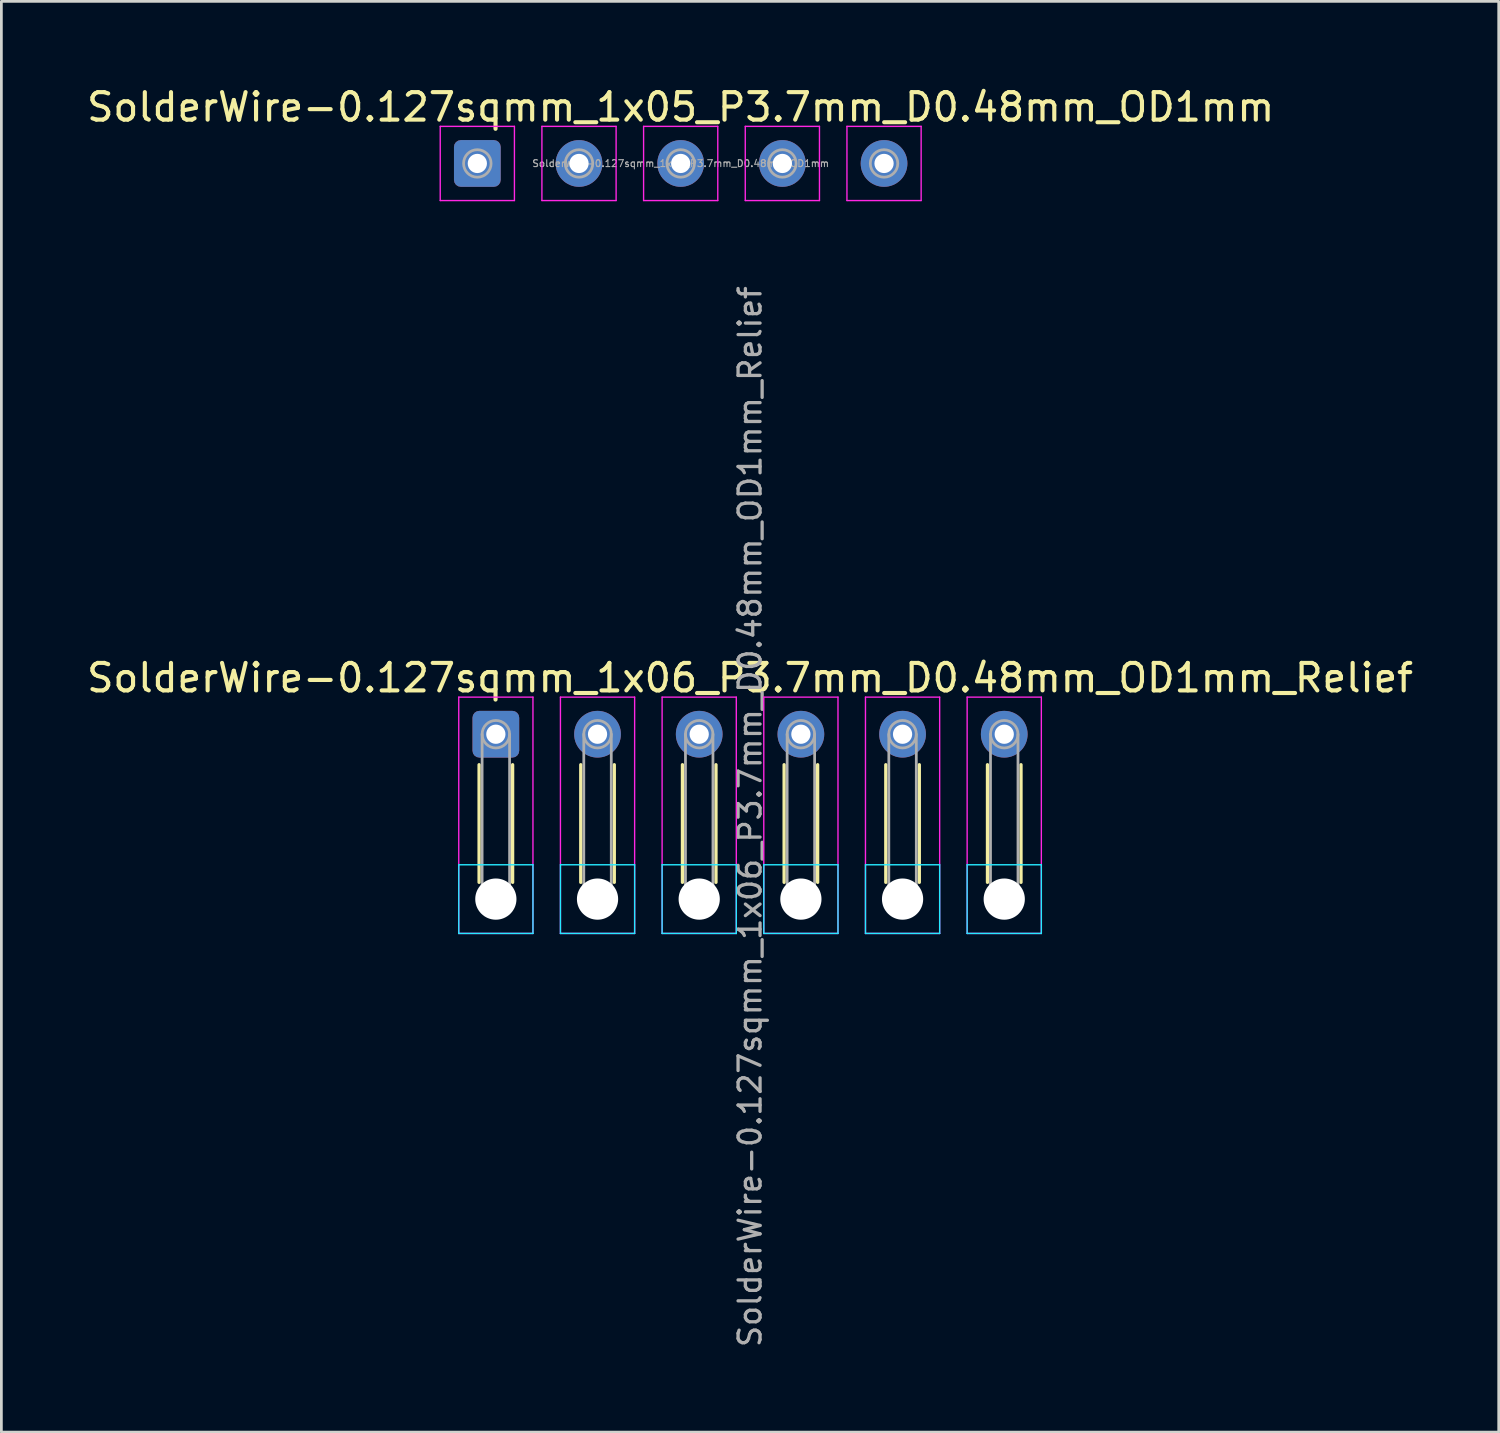
<source format=kicad_pcb>
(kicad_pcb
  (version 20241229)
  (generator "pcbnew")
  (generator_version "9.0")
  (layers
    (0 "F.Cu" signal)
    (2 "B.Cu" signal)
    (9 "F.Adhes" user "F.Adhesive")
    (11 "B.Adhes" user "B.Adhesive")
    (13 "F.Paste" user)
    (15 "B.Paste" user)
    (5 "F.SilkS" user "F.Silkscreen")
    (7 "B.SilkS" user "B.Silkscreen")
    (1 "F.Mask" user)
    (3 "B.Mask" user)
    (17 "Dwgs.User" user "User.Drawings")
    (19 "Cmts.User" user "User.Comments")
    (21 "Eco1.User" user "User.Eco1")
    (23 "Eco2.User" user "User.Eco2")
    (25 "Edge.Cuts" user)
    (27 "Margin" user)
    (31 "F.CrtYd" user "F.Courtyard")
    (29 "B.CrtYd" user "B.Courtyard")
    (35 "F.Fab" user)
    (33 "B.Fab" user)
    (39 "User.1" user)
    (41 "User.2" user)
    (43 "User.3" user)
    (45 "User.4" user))
  (footprint "SolderWire-0.127sqmm_1x06_P3.7mm_D0.48mm_OD1mm_Relief"
    (layer "F.Cu")
    (at 14.994 23.668)
    (property "Reference" "SolderWire-0.127sqmm_1x06_P3.7mm_D0.48mm_OD1mm_Relief" (at 9.25 -2.05 0) (layer "F.SilkS") (effects (font (size 1 1) (thickness 0.15))))
    (attr exclude_from_pos_files exclude_from_bom)
    (fp_line (start -0.61 1.11) (end -0.61 5.39) (stroke (width 0.12) (type solid)) (layer "F.SilkS"))
    (fp_line (start 0.61 1.11) (end 0.61 5.39) (stroke (width 0.12) (type solid)) (layer "F.SilkS"))
    (fp_line (start 3.09 1.11) (end 3.09 5.39) (stroke (width 0.12) (type solid)) (layer "F.SilkS"))
    (fp_line (start 4.31 1.11) (end 4.31 5.39) (stroke (width 0.12) (type solid)) (layer "F.SilkS"))
    (fp_line (start 6.79 1.11) (end 6.79 5.39) (stroke (width 0.12) (type solid)) (layer "F.SilkS"))
    (fp_line (start 8.01 1.11) (end 8.01 5.39) (stroke (width 0.12) (type solid)) (layer "F.SilkS"))
    (fp_line (start 10.49 1.11) (end 10.49 5.39) (stroke (width 0.12) (type solid)) (layer "F.SilkS"))
    (fp_line (start 11.71 1.11) (end 11.71 5.39) (stroke (width 0.12) (type solid)) (layer "F.SilkS"))
    (fp_line (start 14.19 1.11) (end 14.19 5.39) (stroke (width 0.12) (type solid)) (layer "F.SilkS"))
    (fp_line (start 15.41 1.11) (end 15.41 5.39) (stroke (width 0.12) (type solid)) (layer "F.SilkS"))
    (fp_line (start 17.89 1.11) (end 17.89 5.39) (stroke (width 0.12) (type solid)) (layer "F.SilkS"))
    (fp_line (start 19.11 1.11) (end 19.11 5.39) (stroke (width 0.12) (type solid)) (layer "F.SilkS"))
    (fp_line (start -1.35 4.75) (end -1.35 7.25) (stroke (width 0.05) (type solid)) (layer "B.CrtYd"))
    (fp_line (start -1.35 7.25) (end 1.35 7.25) (stroke (width 0.05) (type solid)) (layer "B.CrtYd"))
    (fp_line (start 1.35 4.75) (end -1.35 4.75) (stroke (width 0.05) (type solid)) (layer "B.CrtYd"))
    (fp_line (start 1.35 7.25) (end 1.35 4.75) (stroke (width 0.05) (type solid)) (layer "B.CrtYd"))
    (fp_line (start 2.35 4.75) (end 2.35 7.25) (stroke (width 0.05) (type solid)) (layer "B.CrtYd"))
    (fp_line (start 2.35 7.25) (end 5.05 7.25) (stroke (width 0.05) (type solid)) (layer "B.CrtYd"))
    (fp_line (start 5.05 4.75) (end 2.35 4.75) (stroke (width 0.05) (type solid)) (layer "B.CrtYd"))
    (fp_line (start 5.05 7.25) (end 5.05 4.75) (stroke (width 0.05) (type solid)) (layer "B.CrtYd"))
    (fp_line (start 6.05 4.75) (end 6.05 7.25) (stroke (width 0.05) (type solid)) (layer "B.CrtYd"))
    (fp_line (start 6.05 7.25) (end 8.75 7.25) (stroke (width 0.05) (type solid)) (layer "B.CrtYd"))
    (fp_line (start 8.75 4.75) (end 6.05 4.75) (stroke (width 0.05) (type solid)) (layer "B.CrtYd"))
    (fp_line (start 8.75 7.25) (end 8.75 4.75) (stroke (width 0.05) (type solid)) (layer "B.CrtYd"))
    (fp_line (start 9.75 4.75) (end 9.75 7.25) (stroke (width 0.05) (type solid)) (layer "B.CrtYd"))
    (fp_line (start 9.75 7.25) (end 12.45 7.25) (stroke (width 0.05) (type solid)) (layer "B.CrtYd"))
    (fp_line (start 12.45 4.75) (end 9.75 4.75) (stroke (width 0.05) (type solid)) (layer "B.CrtYd"))
    (fp_line (start 12.45 7.25) (end 12.45 4.75) (stroke (width 0.05) (type solid)) (layer "B.CrtYd"))
    (fp_line (start 13.45 4.75) (end 13.45 7.25) (stroke (width 0.05) (type solid)) (layer "B.CrtYd"))
    (fp_line (start 13.45 7.25) (end 16.15 7.25) (stroke (width 0.05) (type solid)) (layer "B.CrtYd"))
    (fp_line (start 16.15 4.75) (end 13.45 4.75) (stroke (width 0.05) (type solid)) (layer "B.CrtYd"))
    (fp_line (start 16.15 7.25) (end 16.15 4.75) (stroke (width 0.05) (type solid)) (layer "B.CrtYd"))
    (fp_line (start 17.15 4.75) (end 17.15 7.25) (stroke (width 0.05) (type solid)) (layer "B.CrtYd"))
    (fp_line (start 17.15 7.25) (end 19.85 7.25) (stroke (width 0.05) (type solid)) (layer "B.CrtYd"))
    (fp_line (start 19.85 4.75) (end 17.15 4.75) (stroke (width 0.05) (type solid)) (layer "B.CrtYd"))
    (fp_line (start 19.85 7.25) (end 19.85 4.75) (stroke (width 0.05) (type solid)) (layer "B.CrtYd"))
    (fp_line (start -1.35 -1.35) (end -1.35 7.25) (stroke (width 0.05) (type solid)) (layer "F.CrtYd"))
    (fp_line (start -1.35 7.25) (end 1.35 7.25) (stroke (width 0.05) (type solid)) (layer "F.CrtYd"))
    (fp_line (start 1.35 -1.35) (end -1.35 -1.35) (stroke (width 0.05) (type solid)) (layer "F.CrtYd"))
    (fp_line (start 1.35 7.25) (end 1.35 -1.35) (stroke (width 0.05) (type solid)) (layer "F.CrtYd"))
    (fp_line (start 2.35 -1.35) (end 2.35 7.25) (stroke (width 0.05) (type solid)) (layer "F.CrtYd"))
    (fp_line (start 2.35 7.25) (end 5.05 7.25) (stroke (width 0.05) (type solid)) (layer "F.CrtYd"))
    (fp_line (start 5.05 -1.35) (end 2.35 -1.35) (stroke (width 0.05) (type solid)) (layer "F.CrtYd"))
    (fp_line (start 5.05 7.25) (end 5.05 -1.35) (stroke (width 0.05) (type solid)) (layer "F.CrtYd"))
    (fp_line (start 6.05 -1.35) (end 6.05 7.25) (stroke (width 0.05) (type solid)) (layer "F.CrtYd"))
    (fp_line (start 6.05 7.25) (end 8.75 7.25) (stroke (width 0.05) (type solid)) (layer "F.CrtYd"))
    (fp_line (start 8.75 -1.35) (end 6.05 -1.35) (stroke (width 0.05) (type solid)) (layer "F.CrtYd"))
    (fp_line (start 8.75 7.25) (end 8.75 -1.35) (stroke (width 0.05) (type solid)) (layer "F.CrtYd"))
    (fp_line (start 9.75 -1.35) (end 9.75 7.25) (stroke (width 0.05) (type solid)) (layer "F.CrtYd"))
    (fp_line (start 9.75 7.25) (end 12.45 7.25) (stroke (width 0.05) (type solid)) (layer "F.CrtYd"))
    (fp_line (start 12.45 -1.35) (end 9.75 -1.35) (stroke (width 0.05) (type solid)) (layer "F.CrtYd"))
    (fp_line (start 12.45 7.25) (end 12.45 -1.35) (stroke (width 0.05) (type solid)) (layer "F.CrtYd"))
    (fp_line (start 13.45 -1.35) (end 13.45 7.25) (stroke (width 0.05) (type solid)) (layer "F.CrtYd"))
    (fp_line (start 13.45 7.25) (end 16.15 7.25) (stroke (width 0.05) (type solid)) (layer "F.CrtYd"))
    (fp_line (start 16.15 -1.35) (end 13.45 -1.35) (stroke (width 0.05) (type solid)) (layer "F.CrtYd"))
    (fp_line (start 16.15 7.25) (end 16.15 -1.35) (stroke (width 0.05) (type solid)) (layer "F.CrtYd"))
    (fp_line (start 17.15 -1.35) (end 17.15 7.25) (stroke (width 0.05) (type solid)) (layer "F.CrtYd"))
    (fp_line (start 17.15 7.25) (end 19.85 7.25) (stroke (width 0.05) (type solid)) (layer "F.CrtYd"))
    (fp_line (start 19.85 -1.35) (end 17.15 -1.35) (stroke (width 0.05) (type solid)) (layer "F.CrtYd"))
    (fp_line (start 19.85 7.25) (end 19.85 -1.35) (stroke (width 0.05) (type solid)) (layer "F.CrtYd"))
    (fp_line (start -0.5 0) (end -0.5 6) (stroke (width 0.1) (type solid)) (layer "F.Fab"))
    (fp_line (start 0.5 0) (end 0.5 6) (stroke (width 0.1) (type solid)) (layer "F.Fab"))
    (fp_line (start 3.2 0) (end 3.2 6) (stroke (width 0.1) (type solid)) (layer "F.Fab"))
    (fp_line (start 4.2 0) (end 4.2 6) (stroke (width 0.1) (type solid)) (layer "F.Fab"))
    (fp_line (start 6.9 0) (end 6.9 6) (stroke (width 0.1) (type solid)) (layer "F.Fab"))
    (fp_line (start 7.9 0) (end 7.9 6) (stroke (width 0.1) (type solid)) (layer "F.Fab"))
    (fp_line (start 10.6 0) (end 10.6 6) (stroke (width 0.1) (type solid)) (layer "F.Fab"))
    (fp_line (start 11.6 0) (end 11.6 6) (stroke (width 0.1) (type solid)) (layer "F.Fab"))
    (fp_line (start 14.3 0) (end 14.3 6) (stroke (width 0.1) (type solid)) (layer "F.Fab"))
    (fp_line (start 15.3 0) (end 15.3 6) (stroke (width 0.1) (type solid)) (layer "F.Fab"))
    (fp_line (start 18 0) (end 18 6) (stroke (width 0.1) (type solid)) (layer "F.Fab"))
    (fp_line (start 19 0) (end 19 6) (stroke (width 0.1) (type solid)) (layer "F.Fab"))
    (fp_circle (center 0 0) (end 0.5 0) (stroke (width 0.1) (type solid)) (fill no) (layer "F.Fab"))
    (fp_circle (center 0 6) (end 0.5 6) (stroke (width 0.1) (type solid)) (fill no) (layer "F.Fab"))
    (fp_circle (center 3.7 0) (end 4.2 0) (stroke (width 0.1) (type solid)) (fill no) (layer "F.Fab"))
    (fp_circle (center 3.7 6) (end 4.2 6) (stroke (width 0.1) (type solid)) (fill no) (layer "F.Fab"))
    (fp_circle (center 7.4 0) (end 7.9 0) (stroke (width 0.1) (type solid)) (fill no) (layer "F.Fab"))
    (fp_circle (center 7.4 6) (end 7.9 6) (stroke (width 0.1) (type solid)) (fill no) (layer "F.Fab"))
    (fp_circle (center 11.1 0) (end 11.6 0) (stroke (width 0.1) (type solid)) (fill no) (layer "F.Fab"))
    (fp_circle (center 11.1 6) (end 11.6 6) (stroke (width 0.1) (type solid)) (fill no) (layer "F.Fab"))
    (fp_circle (center 14.8 0) (end 15.3 0) (stroke (width 0.1) (type solid)) (fill no) (layer "F.Fab"))
    (fp_circle (center 14.8 6) (end 15.3 6) (stroke (width 0.1) (type solid)) (fill no) (layer "F.Fab"))
    (fp_circle (center 18.5 0) (end 19 0) (stroke (width 0.1) (type solid)) (fill no) (layer "F.Fab"))
    (fp_circle (center 18.5 6) (end 19 6) (stroke (width 0.1) (type solid)) (fill no) (layer "F.Fab"))
    (fp_text user "${REFERENCE}" (at 9.25 3 90) (layer "F.Fab") (effects (font (size 0.8 0.8) (thickness 0.12))))
    (pad "" np_thru_hole circle (at 0 6) (size 1.5 1.5) (drill 1.5) (layers "*.Cu" "*.Mask"))
    (pad "" np_thru_hole circle (at 3.7 6) (size 1.5 1.5) (drill 1.5) (layers "*.Cu" "*.Mask"))
    (pad "" np_thru_hole circle (at 7.4 6) (size 1.5 1.5) (drill 1.5) (layers "*.Cu" "*.Mask"))
    (pad "" np_thru_hole circle (at 11.1 6) (size 1.5 1.5) (drill 1.5) (layers "*.Cu" "*.Mask"))
    (pad "" np_thru_hole circle (at 14.8 6) (size 1.5 1.5) (drill 1.5) (layers "*.Cu" "*.Mask"))
    (pad "" np_thru_hole circle (at 18.5 6) (size 1.5 1.5) (drill 1.5) (layers "*.Cu" "*.Mask"))
    (pad "1" thru_hole roundrect (at 0 0) (size 1.7 1.7) (drill 0.7) (layers "*.Cu" "*.Mask") (roundrect_rratio 0.147))
    (pad "2" thru_hole circle (at 3.7 0) (size 1.7 1.7) (drill 0.7) (layers "*.Cu" "*.Mask"))
    (pad "3" thru_hole circle (at 7.4 0) (size 1.7 1.7) (drill 0.7) (layers "*.Cu" "*.Mask"))
    (pad "4" thru_hole circle (at 11.1 0) (size 1.7 1.7) (drill 0.7) (layers "*.Cu" "*.Mask"))
    (pad "5" thru_hole circle (at 14.8 0) (size 1.7 1.7) (drill 0.7) (layers "*.Cu" "*.Mask"))
    (pad "6" thru_hole circle (at 18.5 0) (size 1.7 1.7) (drill 0.7) (layers "*.Cu" "*.Mask")))
  (footprint "SolderWire-0.127sqmm_1x05_P3.7mm_D0.48mm_OD1mm"
    (layer "F.Cu")
    (at 14.32 2.898)
    (property "Reference" "SolderWire-0.127sqmm_1x05_P3.7mm_D0.48mm_OD1mm" (at 7.4 -2.05 0) (layer "F.SilkS") (effects (font (size 1 1) (thickness 0.15))))
    (attr exclude_from_pos_files exclude_from_bom)
    (fp_line (start -1.35 -1.35) (end -1.35 1.35) (stroke (width 0.05) (type solid)) (layer "F.CrtYd"))
    (fp_line (start -1.35 1.35) (end 1.35 1.35) (stroke (width 0.05) (type solid)) (layer "F.CrtYd"))
    (fp_line (start 1.35 -1.35) (end -1.35 -1.35) (stroke (width 0.05) (type solid)) (layer "F.CrtYd"))
    (fp_line (start 1.35 1.35) (end 1.35 -1.35) (stroke (width 0.05) (type solid)) (layer "F.CrtYd"))
    (fp_line (start 2.35 -1.35) (end 2.35 1.35) (stroke (width 0.05) (type solid)) (layer "F.CrtYd"))
    (fp_line (start 2.35 1.35) (end 5.05 1.35) (stroke (width 0.05) (type solid)) (layer "F.CrtYd"))
    (fp_line (start 5.05 -1.35) (end 2.35 -1.35) (stroke (width 0.05) (type solid)) (layer "F.CrtYd"))
    (fp_line (start 5.05 1.35) (end 5.05 -1.35) (stroke (width 0.05) (type solid)) (layer "F.CrtYd"))
    (fp_line (start 6.05 -1.35) (end 6.05 1.35) (stroke (width 0.05) (type solid)) (layer "F.CrtYd"))
    (fp_line (start 6.05 1.35) (end 8.75 1.35) (stroke (width 0.05) (type solid)) (layer "F.CrtYd"))
    (fp_line (start 8.75 -1.35) (end 6.05 -1.35) (stroke (width 0.05) (type solid)) (layer "F.CrtYd"))
    (fp_line (start 8.75 1.35) (end 8.75 -1.35) (stroke (width 0.05) (type solid)) (layer "F.CrtYd"))
    (fp_line (start 9.75 -1.35) (end 9.75 1.35) (stroke (width 0.05) (type solid)) (layer "F.CrtYd"))
    (fp_line (start 9.75 1.35) (end 12.45 1.35) (stroke (width 0.05) (type solid)) (layer "F.CrtYd"))
    (fp_line (start 12.45 -1.35) (end 9.75 -1.35) (stroke (width 0.05) (type solid)) (layer "F.CrtYd"))
    (fp_line (start 12.45 1.35) (end 12.45 -1.35) (stroke (width 0.05) (type solid)) (layer "F.CrtYd"))
    (fp_line (start 13.45 -1.35) (end 13.45 1.35) (stroke (width 0.05) (type solid)) (layer "F.CrtYd"))
    (fp_line (start 13.45 1.35) (end 16.15 1.35) (stroke (width 0.05) (type solid)) (layer "F.CrtYd"))
    (fp_line (start 16.15 -1.35) (end 13.45 -1.35) (stroke (width 0.05) (type solid)) (layer "F.CrtYd"))
    (fp_line (start 16.15 1.35) (end 16.15 -1.35) (stroke (width 0.05) (type solid)) (layer "F.CrtYd"))
    (fp_circle (center 0 0) (end 0.5 0) (stroke (width 0.1) (type solid)) (fill no) (layer "F.Fab"))
    (fp_circle (center 3.7 0) (end 4.2 0) (stroke (width 0.1) (type solid)) (fill no) (layer "F.Fab"))
    (fp_circle (center 7.4 0) (end 7.9 0) (stroke (width 0.1) (type solid)) (fill no) (layer "F.Fab"))
    (fp_circle (center 11.1 0) (end 11.6 0) (stroke (width 0.1) (type solid)) (fill no) (layer "F.Fab"))
    (fp_circle (center 14.8 0) (end 15.3 0) (stroke (width 0.1) (type solid)) (fill no) (layer "F.Fab"))
    (fp_text user "${REFERENCE}" (at 7.4 0 0) (layer "F.Fab") (effects (font (size 0.25 0.25) (thickness 0.04))))
    (pad "1" thru_hole roundrect (at 0 0) (size 1.7 1.7) (drill 0.7) (layers "*.Cu" "*.Mask") (roundrect_rratio 0.147))
    (pad "2" thru_hole circle (at 3.7 0) (size 1.7 1.7) (drill 0.7) (layers "*.Cu" "*.Mask"))
    (pad "3" thru_hole circle (at 7.4 0) (size 1.7 1.7) (drill 0.7) (layers "*.Cu" "*.Mask"))
    (pad "4" thru_hole circle (at 11.1 0) (size 1.7 1.7) (drill 0.7) (layers "*.Cu" "*.Mask"))
    (pad "5" thru_hole circle (at 14.8 0) (size 1.7 1.7) (drill 0.7) (layers "*.Cu" "*.Mask")))
  (gr_rect
    (start -3 -3)
    (end 51.488 49.064)
    (stroke (width 0.1) (type default))
    (fill no)
    (layer "Edge.Cuts")))
</source>
